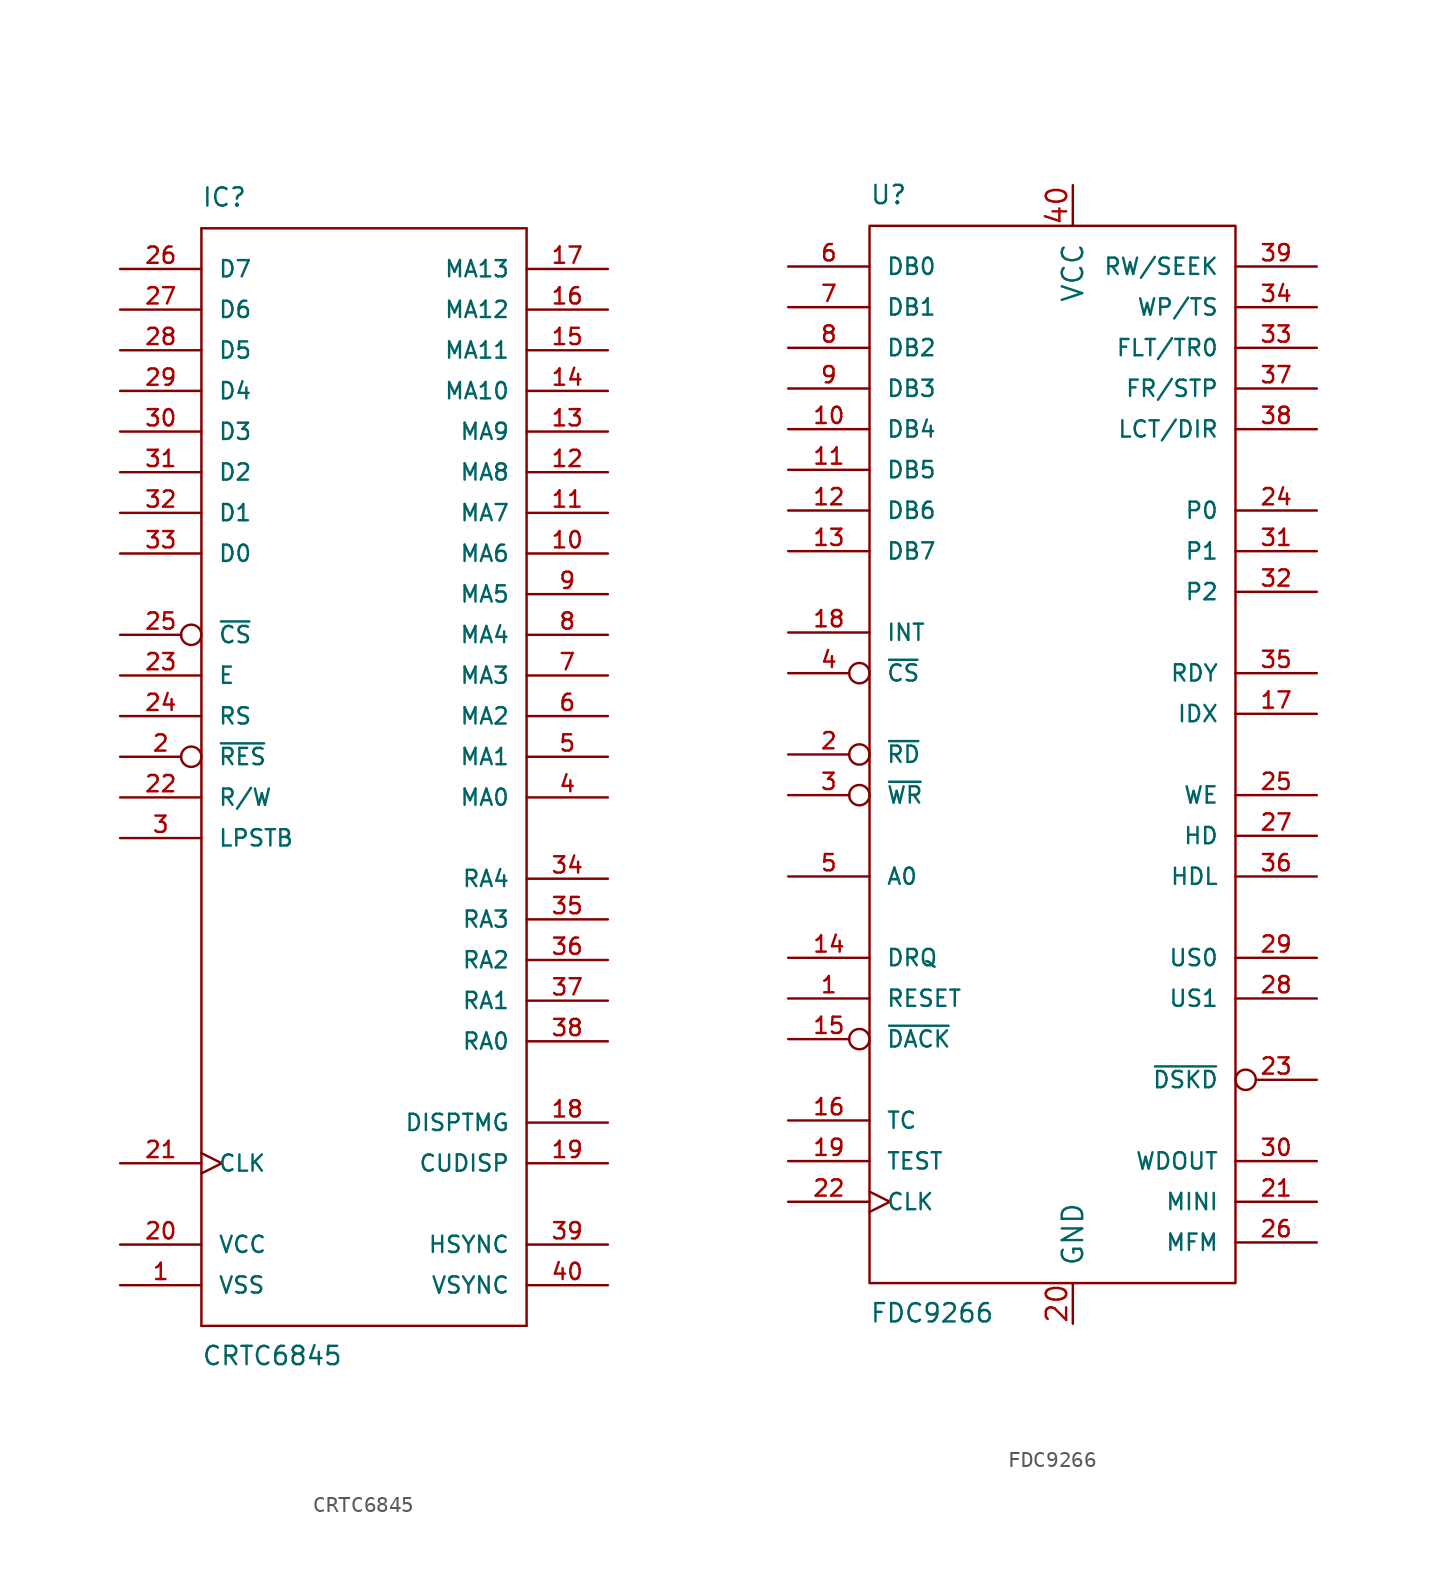
<source format=kicad_sym>
(kicad_symbol_lib
  (version 20211014)
  (generator kicad_symbol_editor)
  (symbol "CRTC6845"
    (pin_names
      (offset 1.016))
    (property "Reference" "IC"
      (at -10.16 34.29 0)
      (effects (font (size 1.143 1.143)) (justify left bottom)))
    (property "Value" "CRTC6845"
      (at -10.16 -38.1 0)
      (effects (font (size 1.143 1.143)) (justify left bottom)))
    (property "ki_locked" ""
      (at 0 0 0)
      (effects (font (size 1.27 1.27))))
    (symbol "CRTC6845_1_0"
      (polyline (pts (xy -10.16 -35.56) (xy 10.16 -35.56)) (stroke (width 0) (type default) (color 0 0 0 0)) (fill (type none)))
      (polyline (pts (xy -10.16 33.02) (xy -10.16 -35.56)) (stroke (width 0) (type default) (color 0 0 0 0)) (fill (type none)))
      (polyline (pts (xy 10.16 -35.56) (xy 10.16 33.02)) (stroke (width 0) (type default) (color 0 0 0 0)) (fill (type none)))
      (polyline (pts (xy 10.16 33.02) (xy -10.16 33.02)) (stroke (width 0) (type default) (color 0 0 0 0)) (fill (type none))))
    (symbol "CRTC6845_1_1"
      (pin power_in line (at -15.24 -33.02 0) (length 5.08) (name "VSS" (effects (font (size 1.016 1.016)))) (number "1" (effects (font (size 1.016 1.016)))))
      (pin output line (at 15.24 12.7 180) (length 5.08) (name "MA6" (effects (font (size 1.016 1.016)))) (number "10" (effects (font (size 1.016 1.016)))))
      (pin output line (at 15.24 15.24 180) (length 5.08) (name "MA7" (effects (font (size 1.016 1.016)))) (number "11" (effects (font (size 1.016 1.016)))))
      (pin output line (at 15.24 17.78 180) (length 5.08) (name "MA8" (effects (font (size 1.016 1.016)))) (number "12" (effects (font (size 1.016 1.016)))))
      (pin output line (at 15.24 20.32 180) (length 5.08) (name "MA9" (effects (font (size 1.016 1.016)))) (number "13" (effects (font (size 1.016 1.016)))))
      (pin output line (at 15.24 22.86 180) (length 5.08) (name "MA10" (effects (font (size 1.016 1.016)))) (number "14" (effects (font (size 1.016 1.016)))))
      (pin output line (at 15.24 25.4 180) (length 5.08) (name "MA11" (effects (font (size 1.016 1.016)))) (number "15" (effects (font (size 1.016 1.016)))))
      (pin output line (at 15.24 27.94 180) (length 5.08) (name "MA12" (effects (font (size 1.016 1.016)))) (number "16" (effects (font (size 1.016 1.016)))))
      (pin output line (at 15.24 30.48 180) (length 5.08) (name "MA13" (effects (font (size 1.016 1.016)))) (number "17" (effects (font (size 1.016 1.016)))))
      (pin output line (at 15.24 -22.86 180) (length 5.08) (name "DISPTMG" (effects (font (size 1.016 1.016)))) (number "18" (effects (font (size 1.016 1.016)))))
      (pin output line (at 15.24 -25.4 180) (length 5.08) (name "CUDISP" (effects (font (size 1.016 1.016)))) (number "19" (effects (font (size 1.016 1.016)))))
      (pin input inverted (at -15.24 0 0) (length 5.08) (name "~{RES}" (effects (font (size 1.016 1.016)))) (number "2" (effects (font (size 1.016 1.016)))))
      (pin power_in line (at -15.24 -30.48 0) (length 5.08) (name "VCC" (effects (font (size 1.016 1.016)))) (number "20" (effects (font (size 1.016 1.016)))))
      (pin input clock (at -15.24 -25.4 0) (length 5.08) (name "CLK" (effects (font (size 1.016 1.016)))) (number "21" (effects (font (size 1.016 1.016)))))
      (pin input line (at -15.24 -2.54 0) (length 5.08) (name "R/W" (effects (font (size 1.016 1.016)))) (number "22" (effects (font (size 1.016 1.016)))))
      (pin input line (at -15.24 5.08 0) (length 5.08) (name "E" (effects (font (size 1.016 1.016)))) (number "23" (effects (font (size 1.016 1.016)))))
      (pin input line (at -15.24 2.54 0) (length 5.08) (name "RS" (effects (font (size 1.016 1.016)))) (number "24" (effects (font (size 1.016 1.016)))))
      (pin input inverted (at -15.24 7.62 0) (length 5.08) (name "~{CS}" (effects (font (size 1.016 1.016)))) (number "25" (effects (font (size 1.016 1.016)))))
      (pin bidirectional line (at -15.24 30.48 0) (length 5.08) (name "D7" (effects (font (size 1.016 1.016)))) (number "26" (effects (font (size 1.016 1.016)))))
      (pin bidirectional line (at -15.24 27.94 0) (length 5.08) (name "D6" (effects (font (size 1.016 1.016)))) (number "27" (effects (font (size 1.016 1.016)))))
      (pin bidirectional line (at -15.24 25.4 0) (length 5.08) (name "D5" (effects (font (size 1.016 1.016)))) (number "28" (effects (font (size 1.016 1.016)))))
      (pin bidirectional line (at -15.24 22.86 0) (length 5.08) (name "D4" (effects (font (size 1.016 1.016)))) (number "29" (effects (font (size 1.016 1.016)))))
      (pin input line (at -15.24 -5.08 0) (length 5.08) (name "LPSTB" (effects (font (size 1.016 1.016)))) (number "3" (effects (font (size 1.016 1.016)))))
      (pin bidirectional line (at -15.24 20.32 0) (length 5.08) (name "D3" (effects (font (size 1.016 1.016)))) (number "30" (effects (font (size 1.016 1.016)))))
      (pin bidirectional line (at -15.24 17.78 0) (length 5.08) (name "D2" (effects (font (size 1.016 1.016)))) (number "31" (effects (font (size 1.016 1.016)))))
      (pin bidirectional line (at -15.24 15.24 0) (length 5.08) (name "D1" (effects (font (size 1.016 1.016)))) (number "32" (effects (font (size 1.016 1.016)))))
      (pin bidirectional line (at -15.24 12.7 0) (length 5.08) (name "D0" (effects (font (size 1.016 1.016)))) (number "33" (effects (font (size 1.016 1.016)))))
      (pin output line (at 15.24 -7.62 180) (length 5.08) (name "RA4" (effects (font (size 1.016 1.016)))) (number "34" (effects (font (size 1.016 1.016)))))
      (pin output line (at 15.24 -10.16 180) (length 5.08) (name "RA3" (effects (font (size 1.016 1.016)))) (number "35" (effects (font (size 1.016 1.016)))))
      (pin output line (at 15.24 -12.7 180) (length 5.08) (name "RA2" (effects (font (size 1.016 1.016)))) (number "36" (effects (font (size 1.016 1.016)))))
      (pin output line (at 15.24 -15.24 180) (length 5.08) (name "RA1" (effects (font (size 1.016 1.016)))) (number "37" (effects (font (size 1.016 1.016)))))
      (pin output line (at 15.24 -17.78 180) (length 5.08) (name "RA0" (effects (font (size 1.016 1.016)))) (number "38" (effects (font (size 1.016 1.016)))))
      (pin output line (at 15.24 -30.48 180) (length 5.08) (name "HSYNC" (effects (font (size 1.016 1.016)))) (number "39" (effects (font (size 1.016 1.016)))))
      (pin output line (at 15.24 -2.54 180) (length 5.08) (name "MA0" (effects (font (size 1.016 1.016)))) (number "4" (effects (font (size 1.016 1.016)))))
      (pin output line (at 15.24 -33.02 180) (length 5.08) (name "VSYNC" (effects (font (size 1.016 1.016)))) (number "40" (effects (font (size 1.016 1.016)))))
      (pin output line (at 15.24 0 180) (length 5.08) (name "MA1" (effects (font (size 1.016 1.016)))) (number "5" (effects (font (size 1.016 1.016)))))
      (pin output line (at 15.24 2.54 180) (length 5.08) (name "MA2" (effects (font (size 1.016 1.016)))) (number "6" (effects (font (size 1.016 1.016)))))
      (pin output line (at 15.24 5.08 180) (length 5.08) (name "MA3" (effects (font (size 1.016 1.016)))) (number "7" (effects (font (size 1.016 1.016)))))
      (pin output line (at 15.24 7.62 180) (length 5.08) (name "MA4" (effects (font (size 1.016 1.016)))) (number "8" (effects (font (size 1.016 1.016)))))
      (pin output line (at 15.24 10.16 180) (length 5.08) (name "MA5" (effects (font (size 1.016 1.016)))) (number "9" (effects (font (size 1.016 1.016)))))))
  (symbol "FDC9266"
    (pin_names
      (offset 1.016))
    (property "Reference" "U"
      (at -12.7 31.75 0)
      (effects (font (size 1.143 1.143)) (justify left bottom)))
    (property "Value" "FDC9266"
      (at -12.7 -38.1 0)
      (effects (font (size 1.143 1.143)) (justify left bottom)))
    (symbol "FDC9266_0_1"
      (rectangle (start -12.7 30.48) (end 10.16 -35.56) (stroke (width 0.152) (type default) (color 0 0 0 0)) (fill (type none))))
    (symbol "FDC9266_1_1"
      (pin input line (at -17.78 -17.78 0) (length 5.08) (name "RESET" (effects (font (size 1.016 1.016)))) (number "1" (effects (font (size 1.016 1.016)))))
      (pin bidirectional line (at -17.78 17.78 0) (length 5.08) (name "DB4" (effects (font (size 1.016 1.016)))) (number "10" (effects (font (size 1.016 1.016)))))
      (pin bidirectional line (at -17.78 15.24 0) (length 5.08) (name "DB5" (effects (font (size 1.016 1.016)))) (number "11" (effects (font (size 1.016 1.016)))))
      (pin bidirectional line (at -17.78 12.7 0) (length 5.08) (name "DB6" (effects (font (size 1.016 1.016)))) (number "12" (effects (font (size 1.016 1.016)))))
      (pin bidirectional line (at -17.78 10.16 0) (length 5.08) (name "DB7" (effects (font (size 1.016 1.016)))) (number "13" (effects (font (size 1.016 1.016)))))
      (pin input line (at -17.78 -15.24 0) (length 5.08) (name "DRQ" (effects (font (size 1.016 1.016)))) (number "14" (effects (font (size 1.016 1.016)))))
      (pin output inverted (at -17.78 -20.32 0) (length 5.08) (name "~{DACK}" (effects (font (size 1.016 1.016)))) (number "15" (effects (font (size 1.016 1.016)))))
      (pin input line (at -17.78 -25.4 0) (length 5.08) (name "TC" (effects (font (size 1.016 1.016)))) (number "16" (effects (font (size 1.016 1.016)))))
      (pin input line (at 15.24 0 180) (length 5.08) (name "IDX" (effects (font (size 1.016 1.016)))) (number "17" (effects (font (size 1.016 1.016)))))
      (pin input line (at -17.78 5.08 0) (length 5.08) (name "INT" (effects (font (size 1.016 1.016)))) (number "18" (effects (font (size 1.016 1.016)))))
      (pin input line (at -17.78 -27.94 0) (length 5.08) (name "TEST" (effects (font (size 1.016 1.016)))) (number "19" (effects (font (size 1.016 1.016)))))
      (pin input inverted (at -17.78 -2.54 0) (length 5.08) (name "~{RD}" (effects (font (size 1.016 1.016)))) (number "2" (effects (font (size 1.016 1.016)))))
      (pin input line (at 0 -38.1 90) (length 2.54) (name "GND" (effects (font (size 1.27 1.27)))) (number "20" (effects (font (size 1.27 1.27)))))
      (pin input line (at 15.24 -30.48 180) (length 5.08) (name "MINI" (effects (font (size 1.016 1.016)))) (number "21" (effects (font (size 1.016 1.016)))))
      (pin input clock (at -17.78 -30.48 0) (length 5.08) (name "CLK" (effects (font (size 1.016 1.016)))) (number "22" (effects (font (size 1.016 1.016)))))
      (pin input inverted (at 15.24 -22.86 180) (length 5.08) (name "~{DSKD}" (effects (font (size 1.016 1.016)))) (number "23" (effects (font (size 1.016 1.016)))))
      (pin tri_state line (at 15.24 12.7 180) (length 5.08) (name "P0" (effects (font (size 1.016 1.016)))) (number "24" (effects (font (size 1.016 1.016)))))
      (pin output line (at 15.24 -5.08 180) (length 5.08) (name "WE" (effects (font (size 1.016 1.016)))) (number "25" (effects (font (size 1.016 1.016)))))
      (pin output line (at 15.24 -33.02 180) (length 5.08) (name "MFM" (effects (font (size 1.016 1.016)))) (number "26" (effects (font (size 1.016 1.016)))))
      (pin output line (at 15.24 -7.62 180) (length 5.08) (name "HD" (effects (font (size 1.016 1.016)))) (number "27" (effects (font (size 1.016 1.016)))))
      (pin output line (at 15.24 -17.78 180) (length 5.08) (name "US1" (effects (font (size 1.016 1.016)))) (number "28" (effects (font (size 1.016 1.016)))))
      (pin output line (at 15.24 -15.24 180) (length 5.08) (name "US0" (effects (font (size 1.016 1.016)))) (number "29" (effects (font (size 1.016 1.016)))))
      (pin input inverted (at -17.78 -5.08 0) (length 5.08) (name "~{WR}" (effects (font (size 1.016 1.016)))) (number "3" (effects (font (size 1.016 1.016)))))
      (pin output line (at 15.24 -27.94 180) (length 5.08) (name "WDOUT" (effects (font (size 1.016 1.016)))) (number "30" (effects (font (size 1.016 1.016)))))
      (pin tri_state line (at 15.24 10.16 180) (length 5.08) (name "P1" (effects (font (size 1.016 1.016)))) (number "31" (effects (font (size 1.016 1.016)))))
      (pin tri_state line (at 15.24 7.62 180) (length 5.08) (name "P2" (effects (font (size 1.016 1.016)))) (number "32" (effects (font (size 1.016 1.016)))))
      (pin input line (at 15.24 22.86 180) (length 5.08) (name "FLT/TR0" (effects (font (size 1.016 1.016)))) (number "33" (effects (font (size 1.016 1.016)))))
      (pin input line (at 15.24 25.4 180) (length 5.08) (name "WP/TS" (effects (font (size 1.016 1.016)))) (number "34" (effects (font (size 1.016 1.016)))))
      (pin input line (at 15.24 2.54 180) (length 5.08) (name "RDY" (effects (font (size 1.016 1.016)))) (number "35" (effects (font (size 1.016 1.016)))))
      (pin output line (at 15.24 -10.16 180) (length 5.08) (name "HDL" (effects (font (size 1.016 1.016)))) (number "36" (effects (font (size 1.016 1.016)))))
      (pin tri_state line (at 15.24 20.32 180) (length 5.08) (name "FR/STP" (effects (font (size 1.016 1.016)))) (number "37" (effects (font (size 1.016 1.016)))))
      (pin tri_state line (at 15.24 17.78 180) (length 5.08) (name "LCT/DIR" (effects (font (size 1.016 1.016)))) (number "38" (effects (font (size 1.016 1.016)))))
      (pin tri_state line (at 15.24 27.94 180) (length 5.08) (name "RW/SEEK" (effects (font (size 1.016 1.016)))) (number "39" (effects (font (size 1.016 1.016)))))
      (pin input inverted (at -17.78 2.54 0) (length 5.08) (name "~{CS}" (effects (font (size 1.016 1.016)))) (number "4" (effects (font (size 1.016 1.016)))))
      (pin input line (at 0 33.02 270) (length 2.54) (name "VCC" (effects (font (size 1.27 1.27)))) (number "40" (effects (font (size 1.27 1.27)))))
      (pin input line (at -17.78 -10.16 0) (length 5.08) (name "A0" (effects (font (size 1.016 1.016)))) (number "5" (effects (font (size 1.016 1.016)))))
      (pin bidirectional line (at -17.78 27.94 0) (length 5.08) (name "DB0" (effects (font (size 1.016 1.016)))) (number "6" (effects (font (size 1.016 1.016)))))
      (pin bidirectional line (at -17.78 25.4 0) (length 5.08) (name "DB1" (effects (font (size 1.016 1.016)))) (number "7" (effects (font (size 1.016 1.016)))))
      (pin bidirectional line (at -17.78 22.86 0) (length 5.08) (name "DB2" (effects (font (size 1.016 1.016)))) (number "8" (effects (font (size 1.016 1.016)))))
      (pin bidirectional line (at -17.78 20.32 0) (length 5.08) (name "DB3" (effects (font (size 1.016 1.016)))) (number "9" (effects (font (size 1.016 1.016))))))))
</source>
